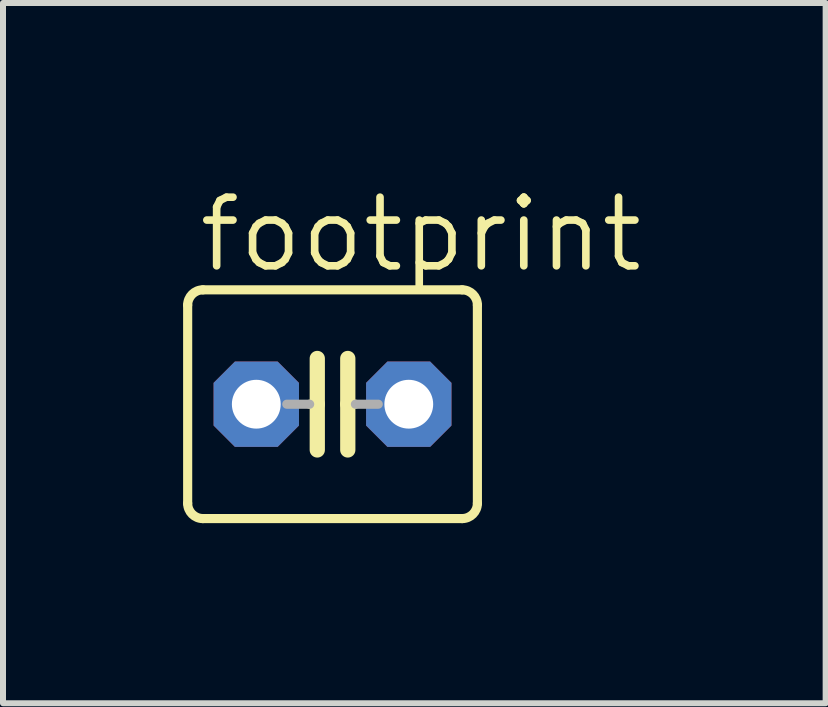
<source format=kicad_pcb>
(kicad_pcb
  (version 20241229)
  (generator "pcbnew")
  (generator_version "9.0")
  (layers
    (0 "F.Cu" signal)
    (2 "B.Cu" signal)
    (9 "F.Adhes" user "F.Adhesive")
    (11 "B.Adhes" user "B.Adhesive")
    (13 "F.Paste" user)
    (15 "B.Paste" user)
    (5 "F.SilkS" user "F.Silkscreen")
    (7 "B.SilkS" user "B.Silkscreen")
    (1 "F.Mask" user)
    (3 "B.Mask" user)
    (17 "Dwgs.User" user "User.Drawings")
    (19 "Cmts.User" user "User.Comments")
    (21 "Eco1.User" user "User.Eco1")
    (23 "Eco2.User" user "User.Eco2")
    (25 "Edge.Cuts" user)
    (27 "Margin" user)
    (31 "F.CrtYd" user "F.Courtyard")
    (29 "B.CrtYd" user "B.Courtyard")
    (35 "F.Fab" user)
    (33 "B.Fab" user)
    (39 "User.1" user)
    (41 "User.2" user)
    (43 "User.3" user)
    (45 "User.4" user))
  (footprint "footprint"
    (layer "F.Cu")
    (at 2.489 3.683)
    (property "Reference" "footprint" (at -2.286 -2.159 0) (layer "F.SilkS") (effects (font (size 1.143 1.143) (thickness 0.127)) (justify left bottom)))
    (fp_line (start -2.413 -1.651) (end -2.413 1.651) (stroke (width 0.152) (type solid)) (layer "F.SilkS"))
    (fp_line (start -2.159 -1.905) (end 2.159 -1.905) (stroke (width 0.152) (type solid)) (layer "F.SilkS"))
    (fp_line (start -0.254 -0.762) (end -0.254 0) (stroke (width 0.254) (type solid)) (layer "F.SilkS"))
    (fp_line (start -0.254 0) (end -0.381 0) (stroke (width 0.152) (type solid)) (layer "F.SilkS"))
    (fp_line (start -0.254 0) (end -0.254 0.762) (stroke (width 0.254) (type solid)) (layer "F.SilkS"))
    (fp_line (start 0.254 0) (end 0.254 -0.762) (stroke (width 0.254) (type solid)) (layer "F.SilkS"))
    (fp_line (start 0.254 0) (end 0.254 0.762) (stroke (width 0.254) (type solid)) (layer "F.SilkS"))
    (fp_line (start 0.381 0) (end 0.254 0) (stroke (width 0.152) (type solid)) (layer "F.SilkS"))
    (fp_line (start 2.159 1.905) (end -2.159 1.905) (stroke (width 0.152) (type solid)) (layer "F.SilkS"))
    (fp_line (start 2.413 -1.651) (end 2.413 1.651) (stroke (width 0.152) (type solid)) (layer "F.SilkS"))
    (fp_arc (start -2.413 -1.651) (mid -2.338605 -1.830605) (end -2.159 -1.905) (stroke (width 0.1524) (type solid)) (layer "F.SilkS"))
    (fp_arc (start -2.159 1.905) (mid -2.338605 1.830605) (end -2.413 1.651) (stroke (width 0.1524) (type solid)) (layer "F.SilkS"))
    (fp_arc (start 2.159 -1.905) (mid 2.338605 -1.830605) (end 2.413 -1.651) (stroke (width 0.1524) (type solid)) (layer "F.SilkS"))
    (fp_arc (start 2.413 1.651) (mid 2.338605 1.830605) (end 2.159 1.905) (stroke (width 0.1524) (type solid)) (layer "F.SilkS"))
    (fp_line (start -0.381 0) (end -0.762 0) (stroke (width 0.152) (type solid)) (layer "F.Fab"))
    (fp_line (start 0.762 0) (end 0.381 0) (stroke (width 0.152) (type solid)) (layer "F.Fab"))
    (pad "1" thru_hole roundrect (at -1.27 0) (size 1.422 1.422) (drill 0.813) (layers "*.Cu" "*.Mask") (roundrect_rratio 0.25) (chamfer_ratio 0.25) (chamfer top_left top_right bottom_left bottom_right))
    (pad "2" thru_hole roundrect (at 1.27 0) (size 1.422 1.422) (drill 0.813) (layers "*.Cu" "*.Mask") (roundrect_rratio 0.25) (chamfer_ratio 0.25) (chamfer top_left top_right bottom_left bottom_right)))
  (gr_rect
    (start -3 -3)
    (end 10.703 8.664)
    (stroke (width 0.1) (type default))
    (fill no)
    (layer "Edge.Cuts")))
</source>
